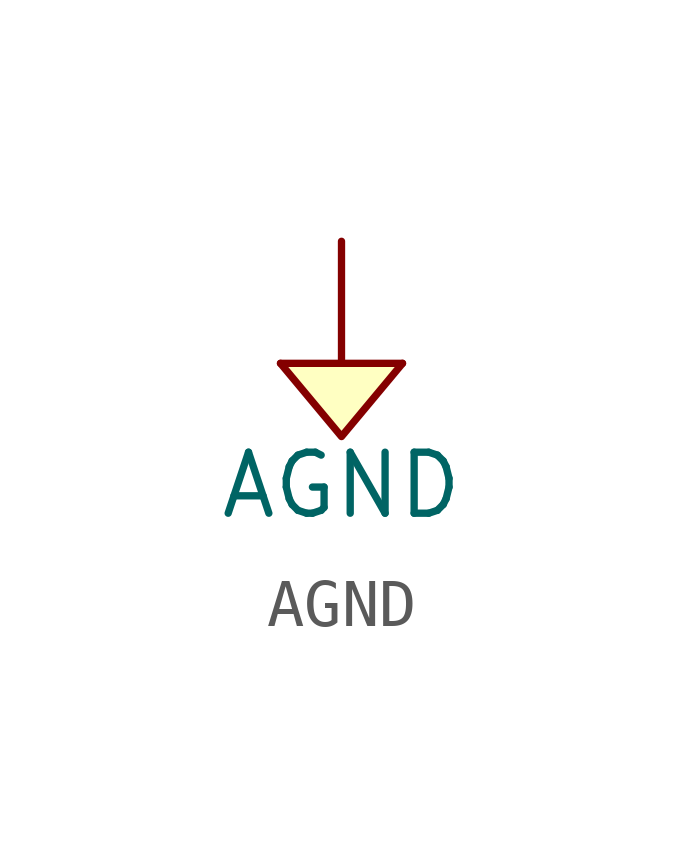
<source format=kicad_sym>
(kicad_symbol_lib
  (version 20231120)
  (generator "kicad_symbol_editor")
  (generator_version "8.0")
  (symbol "AGND"
    (power)
    (pin_numbers hide)
    (pin_names
      (offset 0) hide)
    (property "Reference" "#PWR"
      (at 0 -4.318 0)
      (effects (font (size 1.27 1.27)) (hide yes)))
    (property "Value" "AGND"
      (at 0 -2.54 0)
      (effects (font (size 1.27 1.27))))
    (property "Footprint" ""
      (at 0 2.54 0)
      (effects (font (size 1.524 1.524))))
    (property "Datasheet" ""
      (at -0.508 -2.286 0)
      (effects (font (size 1.524 1.524))))
    (symbol "AGND_0_1"
      (polyline (pts (xy 0 0) (xy 1.27 0)) (stroke (width 0) (type default)) (fill (type none)))
      (polyline (pts (xy -1.27 0) (xy 0 -1.524) (xy 1.27 0)) (stroke (width 0) (type default)) (fill (type background)))
      (polyline (pts (xy 0 2.54) (xy 0 0) (xy -1.27 0)) (stroke (width 0) (type default)) (fill (type none))))
    (symbol "AGND_1_1"
      (pin power_in line (at 0 2.54 90) (length 0) hide (name "AGND" (effects (font (size 1.27 1.27)))) (number "1" (effects (font (size 1.27 1.27))))))))
</source>
